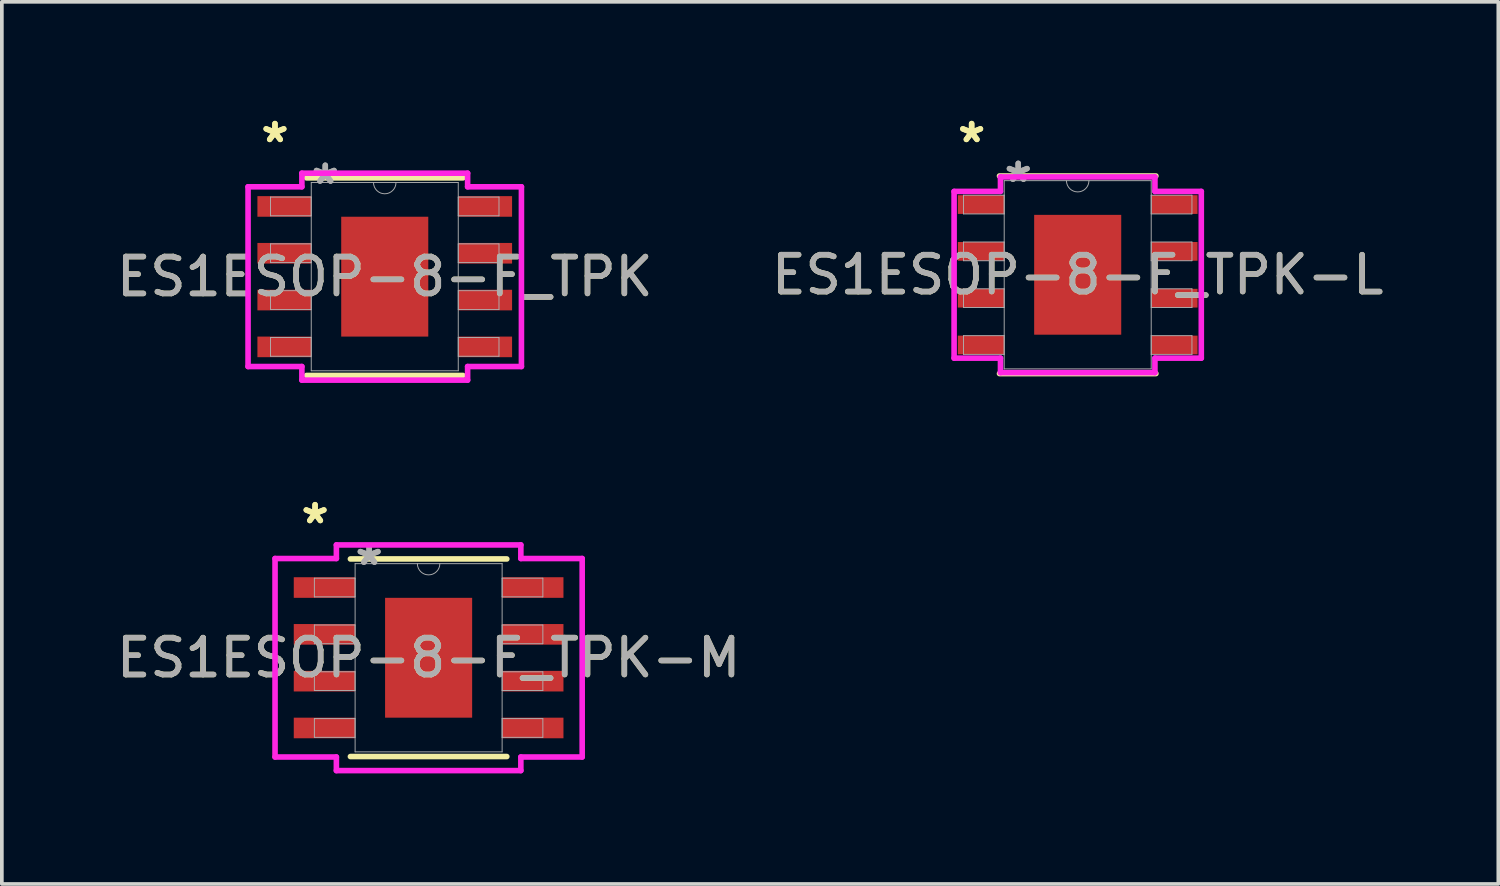
<source format=kicad_pcb>
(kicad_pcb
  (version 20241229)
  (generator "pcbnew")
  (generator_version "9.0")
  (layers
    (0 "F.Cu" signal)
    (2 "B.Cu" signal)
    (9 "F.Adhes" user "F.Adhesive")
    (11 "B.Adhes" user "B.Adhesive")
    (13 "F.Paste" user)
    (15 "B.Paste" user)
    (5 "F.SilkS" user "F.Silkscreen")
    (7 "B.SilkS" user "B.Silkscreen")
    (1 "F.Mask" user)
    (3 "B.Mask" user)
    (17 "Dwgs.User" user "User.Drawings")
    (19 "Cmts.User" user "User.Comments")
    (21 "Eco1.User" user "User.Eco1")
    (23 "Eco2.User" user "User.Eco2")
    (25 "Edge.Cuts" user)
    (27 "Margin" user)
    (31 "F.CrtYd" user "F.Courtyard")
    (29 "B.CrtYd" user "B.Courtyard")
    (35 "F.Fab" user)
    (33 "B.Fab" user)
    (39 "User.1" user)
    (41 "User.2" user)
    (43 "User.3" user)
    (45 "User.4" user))
  (footprint "ES1ESOP-8-F_TPK-L"
    (layer "F.Cu")
    (at 26.185 4.404)
    (property "Reference" "ES1ESOP-8-F_TPK-L" (at 0 0 0) (unlocked yes) (layer "F.SilkS") (effects (font (size 1 1) (thickness 0.15))))
    (attr smd)
    (fp_line (start -2.121 2.68) (end 2.121 2.68) (stroke (width 0.152) (type solid)) (layer "F.SilkS"))
    (fp_line (start 2.121 -2.68) (end -2.121 -2.68) (stroke (width 0.152) (type solid)) (layer "F.SilkS"))
    (fp_poly (pts (xy -1.081 -1.526) (xy -1.081 -0.1) (xy 1.081 -0.1) (xy 1.081 -1.526)) (stroke (width 0) (type solid)) (fill yes) (layer "F.Paste"))
    (fp_poly (pts (xy -1.081 0.1) (xy -1.081 1.526) (xy 1.081 1.526) (xy 1.081 0.1)) (stroke (width 0) (type solid)) (fill yes) (layer "F.Paste"))
    (fp_line (start -3.353 -2.261) (end -2.095 -2.261) (stroke (width 0.152) (type solid)) (layer "F.CrtYd"))
    (fp_line (start -3.353 2.261) (end -3.353 -2.261) (stroke (width 0.152) (type solid)) (layer "F.CrtYd"))
    (fp_line (start -3.353 2.261) (end -2.095 2.261) (stroke (width 0.152) (type solid)) (layer "F.CrtYd"))
    (fp_line (start -2.095 -2.654) (end 2.095 -2.654) (stroke (width 0.152) (type solid)) (layer "F.CrtYd"))
    (fp_line (start -2.095 -2.261) (end -2.095 -2.654) (stroke (width 0.152) (type solid)) (layer "F.CrtYd"))
    (fp_line (start -2.095 2.654) (end -2.095 2.261) (stroke (width 0.152) (type solid)) (layer "F.CrtYd"))
    (fp_line (start 2.095 -2.654) (end 2.095 -2.261) (stroke (width 0.152) (type solid)) (layer "F.CrtYd"))
    (fp_line (start 2.095 2.261) (end 2.095 2.654) (stroke (width 0.152) (type solid)) (layer "F.CrtYd"))
    (fp_line (start 2.095 2.654) (end -2.095 2.654) (stroke (width 0.152) (type solid)) (layer "F.CrtYd"))
    (fp_line (start 3.353 -2.261) (end 2.095 -2.261) (stroke (width 0.152) (type solid)) (layer "F.CrtYd"))
    (fp_line (start 3.353 -2.261) (end 3.353 2.261) (stroke (width 0.152) (type solid)) (layer "F.CrtYd"))
    (fp_line (start 3.353 2.261) (end 2.095 2.261) (stroke (width 0.152) (type solid)) (layer "F.CrtYd"))
    (fp_line (start -3.099 -2.159) (end -3.099 -1.651) (stroke (width 0.025) (type solid)) (layer "F.Fab"))
    (fp_line (start -3.099 -1.651) (end -1.994 -1.651) (stroke (width 0.025) (type solid)) (layer "F.Fab"))
    (fp_line (start -3.099 -0.889) (end -3.099 -0.381) (stroke (width 0.025) (type solid)) (layer "F.Fab"))
    (fp_line (start -3.099 -0.381) (end -1.994 -0.381) (stroke (width 0.025) (type solid)) (layer "F.Fab"))
    (fp_line (start -3.099 0.381) (end -3.099 0.889) (stroke (width 0.025) (type solid)) (layer "F.Fab"))
    (fp_line (start -3.099 0.889) (end -1.994 0.889) (stroke (width 0.025) (type solid)) (layer "F.Fab"))
    (fp_line (start -3.099 1.651) (end -3.099 2.159) (stroke (width 0.025) (type solid)) (layer "F.Fab"))
    (fp_line (start -3.099 2.159) (end -1.994 2.159) (stroke (width 0.025) (type solid)) (layer "F.Fab"))
    (fp_line (start -1.994 -2.553) (end -1.994 2.553) (stroke (width 0.025) (type solid)) (layer "F.Fab"))
    (fp_line (start -1.994 -2.159) (end -3.099 -2.159) (stroke (width 0.025) (type solid)) (layer "F.Fab"))
    (fp_line (start -1.994 -1.651) (end -1.994 -2.159) (stroke (width 0.025) (type solid)) (layer "F.Fab"))
    (fp_line (start -1.994 -0.889) (end -3.099 -0.889) (stroke (width 0.025) (type solid)) (layer "F.Fab"))
    (fp_line (start -1.994 -0.381) (end -1.994 -0.889) (stroke (width 0.025) (type solid)) (layer "F.Fab"))
    (fp_line (start -1.994 0.381) (end -3.099 0.381) (stroke (width 0.025) (type solid)) (layer "F.Fab"))
    (fp_line (start -1.994 0.889) (end -1.994 0.381) (stroke (width 0.025) (type solid)) (layer "F.Fab"))
    (fp_line (start -1.994 1.651) (end -3.099 1.651) (stroke (width 0.025) (type solid)) (layer "F.Fab"))
    (fp_line (start -1.994 2.159) (end -1.994 1.651) (stroke (width 0.025) (type solid)) (layer "F.Fab"))
    (fp_line (start -1.994 2.553) (end 1.994 2.553) (stroke (width 0.025) (type solid)) (layer "F.Fab"))
    (fp_line (start 1.994 -2.553) (end -1.994 -2.553) (stroke (width 0.025) (type solid)) (layer "F.Fab"))
    (fp_line (start 1.994 -2.159) (end 1.994 -1.651) (stroke (width 0.025) (type solid)) (layer "F.Fab"))
    (fp_line (start 1.994 -1.651) (end 3.099 -1.651) (stroke (width 0.025) (type solid)) (layer "F.Fab"))
    (fp_line (start 1.994 -0.889) (end 1.994 -0.381) (stroke (width 0.025) (type solid)) (layer "F.Fab"))
    (fp_line (start 1.994 -0.381) (end 3.099 -0.381) (stroke (width 0.025) (type solid)) (layer "F.Fab"))
    (fp_line (start 1.994 0.381) (end 1.994 0.889) (stroke (width 0.025) (type solid)) (layer "F.Fab"))
    (fp_line (start 1.994 0.889) (end 3.099 0.889) (stroke (width 0.025) (type solid)) (layer "F.Fab"))
    (fp_line (start 1.994 1.651) (end 1.994 2.159) (stroke (width 0.025) (type solid)) (layer "F.Fab"))
    (fp_line (start 1.994 2.159) (end 3.099 2.159) (stroke (width 0.025) (type solid)) (layer "F.Fab"))
    (fp_line (start 1.994 2.553) (end 1.994 -2.553) (stroke (width 0.025) (type solid)) (layer "F.Fab"))
    (fp_line (start 3.099 -2.159) (end 1.994 -2.159) (stroke (width 0.025) (type solid)) (layer "F.Fab"))
    (fp_line (start 3.099 -1.651) (end 3.099 -2.159) (stroke (width 0.025) (type solid)) (layer "F.Fab"))
    (fp_line (start 3.099 -0.889) (end 1.994 -0.889) (stroke (width 0.025) (type solid)) (layer "F.Fab"))
    (fp_line (start 3.099 -0.381) (end 3.099 -0.889) (stroke (width 0.025) (type solid)) (layer "F.Fab"))
    (fp_line (start 3.099 0.381) (end 1.994 0.381) (stroke (width 0.025) (type solid)) (layer "F.Fab"))
    (fp_line (start 3.099 0.889) (end 3.099 0.381) (stroke (width 0.025) (type solid)) (layer "F.Fab"))
    (fp_line (start 3.099 1.651) (end 1.994 1.651) (stroke (width 0.025) (type solid)) (layer "F.Fab"))
    (fp_line (start 3.099 2.159) (end 3.099 1.651) (stroke (width 0.025) (type solid)) (layer "F.Fab"))
    (fp_arc (start 0.3048 -2.5527) (mid 0 -2.2479) (end -0.3048 -2.5527) (stroke (width 0.0254) (type solid)) (layer "F.Fab"))
    (fp_text user "*" (at -2.877 -3.556 0) (layer "F.SilkS") (effects (font (size 1 1) (thickness 0.15))))
    (fp_text user "*" (at -2.877 -3.556 0) (unlocked yes) (layer "F.SilkS") (effects (font (size 1 1) (thickness 0.15))))
    (fp_text user "${REFERENCE}" (at 0 0 0) (unlocked yes) (layer "F.Fab") (effects (font (size 1 1) (thickness 0.15))))
    (fp_text user "*" (at -1.613 -2.477 0) (unlocked yes) (layer "F.Fab") (effects (font (size 1 1) (thickness 0.15))))
    (fp_text user "*" (at -1.613 -2.477 0) (layer "F.Fab") (effects (font (size 1 1) (thickness 0.15))))
    (pad "1" smd rect (at -2.623 -1.905) (size 1.257 0.508) (layers "F.Cu" "F.Mask" "F.Paste"))
    (pad "2" smd rect (at -2.623 -0.635) (size 1.257 0.508) (layers "F.Cu" "F.Mask" "F.Paste"))
    (pad "3" smd rect (at -2.623 0.635) (size 1.257 0.508) (layers "F.Cu" "F.Mask" "F.Paste"))
    (pad "4" smd rect (at -2.623 1.905) (size 1.257 0.508) (layers "F.Cu" "F.Mask" "F.Paste"))
    (pad "5" smd rect (at 2.623 1.905) (size 1.257 0.508) (layers "F.Cu" "F.Mask" "F.Paste"))
    (pad "6" smd rect (at 2.623 0.635) (size 1.257 0.508) (layers "F.Cu" "F.Mask" "F.Paste"))
    (pad "7" smd rect (at 2.623 -0.635) (size 1.257 0.508) (layers "F.Cu" "F.Mask" "F.Paste"))
    (pad "8" smd rect (at 2.623 -1.905) (size 1.257 0.508) (layers "F.Cu" "F.Mask" "F.Paste"))
    (pad "9" smd rect (at 0 0) (size 2.362 3.251) (layers "F.Cu" "F.Mask")))
  (footprint "ES1ESOP-8-F_TPK"
    (layer "F.Cu")
    (at 7.387 4.455)
    (property "Reference" "ES1ESOP-8-F_TPK" (at 0 0 0) (unlocked yes) (layer "F.SilkS") (effects (font (size 1 1) (thickness 0.15))))
    (attr smd)
    (fp_line (start -2.121 2.68) (end 2.121 2.68) (stroke (width 0.152) (type solid)) (layer "F.SilkS"))
    (fp_line (start 2.121 -2.68) (end -2.121 -2.68) (stroke (width 0.152) (type solid)) (layer "F.SilkS"))
    (fp_poly (pts (xy -1.081 -1.526) (xy -1.081 -0.1) (xy 1.081 -0.1) (xy 1.081 -1.526)) (stroke (width 0) (type solid)) (fill yes) (layer "F.Paste"))
    (fp_poly (pts (xy -1.081 0.1) (xy -1.081 1.526) (xy 1.081 1.526) (xy 1.081 0.1)) (stroke (width 0) (type solid)) (fill yes) (layer "F.Paste"))
    (fp_line (start -3.708 -2.438) (end -2.248 -2.438) (stroke (width 0.152) (type solid)) (layer "F.CrtYd"))
    (fp_line (start -3.708 2.438) (end -3.708 -2.438) (stroke (width 0.152) (type solid)) (layer "F.CrtYd"))
    (fp_line (start -3.708 2.438) (end -2.248 2.438) (stroke (width 0.152) (type solid)) (layer "F.CrtYd"))
    (fp_line (start -2.248 -2.807) (end 2.248 -2.807) (stroke (width 0.152) (type solid)) (layer "F.CrtYd"))
    (fp_line (start -2.248 -2.438) (end -2.248 -2.807) (stroke (width 0.152) (type solid)) (layer "F.CrtYd"))
    (fp_line (start -2.248 2.807) (end -2.248 2.438) (stroke (width 0.152) (type solid)) (layer "F.CrtYd"))
    (fp_line (start 2.248 -2.807) (end 2.248 -2.438) (stroke (width 0.152) (type solid)) (layer "F.CrtYd"))
    (fp_line (start 2.248 2.438) (end 2.248 2.807) (stroke (width 0.152) (type solid)) (layer "F.CrtYd"))
    (fp_line (start 2.248 2.807) (end -2.248 2.807) (stroke (width 0.152) (type solid)) (layer "F.CrtYd"))
    (fp_line (start 3.708 -2.438) (end 2.248 -2.438) (stroke (width 0.152) (type solid)) (layer "F.CrtYd"))
    (fp_line (start 3.708 -2.438) (end 3.708 2.438) (stroke (width 0.152) (type solid)) (layer "F.CrtYd"))
    (fp_line (start 3.708 2.438) (end 2.248 2.438) (stroke (width 0.152) (type solid)) (layer "F.CrtYd"))
    (fp_line (start -3.099 -2.159) (end -3.099 -1.651) (stroke (width 0.025) (type solid)) (layer "F.Fab"))
    (fp_line (start -3.099 -1.651) (end -1.994 -1.651) (stroke (width 0.025) (type solid)) (layer "F.Fab"))
    (fp_line (start -3.099 -0.889) (end -3.099 -0.381) (stroke (width 0.025) (type solid)) (layer "F.Fab"))
    (fp_line (start -3.099 -0.381) (end -1.994 -0.381) (stroke (width 0.025) (type solid)) (layer "F.Fab"))
    (fp_line (start -3.099 0.381) (end -3.099 0.889) (stroke (width 0.025) (type solid)) (layer "F.Fab"))
    (fp_line (start -3.099 0.889) (end -1.994 0.889) (stroke (width 0.025) (type solid)) (layer "F.Fab"))
    (fp_line (start -3.099 1.651) (end -3.099 2.159) (stroke (width 0.025) (type solid)) (layer "F.Fab"))
    (fp_line (start -3.099 2.159) (end -1.994 2.159) (stroke (width 0.025) (type solid)) (layer "F.Fab"))
    (fp_line (start -1.994 -2.553) (end -1.994 2.553) (stroke (width 0.025) (type solid)) (layer "F.Fab"))
    (fp_line (start -1.994 -2.159) (end -3.099 -2.159) (stroke (width 0.025) (type solid)) (layer "F.Fab"))
    (fp_line (start -1.994 -1.651) (end -1.994 -2.159) (stroke (width 0.025) (type solid)) (layer "F.Fab"))
    (fp_line (start -1.994 -0.889) (end -3.099 -0.889) (stroke (width 0.025) (type solid)) (layer "F.Fab"))
    (fp_line (start -1.994 -0.381) (end -1.994 -0.889) (stroke (width 0.025) (type solid)) (layer "F.Fab"))
    (fp_line (start -1.994 0.381) (end -3.099 0.381) (stroke (width 0.025) (type solid)) (layer "F.Fab"))
    (fp_line (start -1.994 0.889) (end -1.994 0.381) (stroke (width 0.025) (type solid)) (layer "F.Fab"))
    (fp_line (start -1.994 1.651) (end -3.099 1.651) (stroke (width 0.025) (type solid)) (layer "F.Fab"))
    (fp_line (start -1.994 2.159) (end -1.994 1.651) (stroke (width 0.025) (type solid)) (layer "F.Fab"))
    (fp_line (start -1.994 2.553) (end 1.994 2.553) (stroke (width 0.025) (type solid)) (layer "F.Fab"))
    (fp_line (start 1.994 -2.553) (end -1.994 -2.553) (stroke (width 0.025) (type solid)) (layer "F.Fab"))
    (fp_line (start 1.994 -2.159) (end 1.994 -1.651) (stroke (width 0.025) (type solid)) (layer "F.Fab"))
    (fp_line (start 1.994 -1.651) (end 3.099 -1.651) (stroke (width 0.025) (type solid)) (layer "F.Fab"))
    (fp_line (start 1.994 -0.889) (end 1.994 -0.381) (stroke (width 0.025) (type solid)) (layer "F.Fab"))
    (fp_line (start 1.994 -0.381) (end 3.099 -0.381) (stroke (width 0.025) (type solid)) (layer "F.Fab"))
    (fp_line (start 1.994 0.381) (end 1.994 0.889) (stroke (width 0.025) (type solid)) (layer "F.Fab"))
    (fp_line (start 1.994 0.889) (end 3.099 0.889) (stroke (width 0.025) (type solid)) (layer "F.Fab"))
    (fp_line (start 1.994 1.651) (end 1.994 2.159) (stroke (width 0.025) (type solid)) (layer "F.Fab"))
    (fp_line (start 1.994 2.159) (end 3.099 2.159) (stroke (width 0.025) (type solid)) (layer "F.Fab"))
    (fp_line (start 1.994 2.553) (end 1.994 -2.553) (stroke (width 0.025) (type solid)) (layer "F.Fab"))
    (fp_line (start 3.099 -2.159) (end 1.994 -2.159) (stroke (width 0.025) (type solid)) (layer "F.Fab"))
    (fp_line (start 3.099 -1.651) (end 3.099 -2.159) (stroke (width 0.025) (type solid)) (layer "F.Fab"))
    (fp_line (start 3.099 -0.889) (end 1.994 -0.889) (stroke (width 0.025) (type solid)) (layer "F.Fab"))
    (fp_line (start 3.099 -0.381) (end 3.099 -0.889) (stroke (width 0.025) (type solid)) (layer "F.Fab"))
    (fp_line (start 3.099 0.381) (end 1.994 0.381) (stroke (width 0.025) (type solid)) (layer "F.Fab"))
    (fp_line (start 3.099 0.889) (end 3.099 0.381) (stroke (width 0.025) (type solid)) (layer "F.Fab"))
    (fp_line (start 3.099 1.651) (end 1.994 1.651) (stroke (width 0.025) (type solid)) (layer "F.Fab"))
    (fp_line (start 3.099 2.159) (end 3.099 1.651) (stroke (width 0.025) (type solid)) (layer "F.Fab"))
    (fp_arc (start 0.3048 -2.5527) (mid 0 -2.2479) (end -0.3048 -2.5527) (stroke (width 0.0254) (type solid)) (layer "F.Fab"))
    (fp_text user "*" (at -2.978 -3.607 0) (unlocked yes) (layer "F.SilkS") (effects (font (size 1 1) (thickness 0.15))))
    (fp_text user "*" (at -2.978 -3.607 0) (layer "F.SilkS") (effects (font (size 1 1) (thickness 0.15))))
    (fp_text user "${REFERENCE}" (at 0 0 0) (unlocked yes) (layer "F.Fab") (effects (font (size 1 1) (thickness 0.15))))
    (fp_text user "*" (at -1.613 -2.477 0) (layer "F.Fab") (effects (font (size 1 1) (thickness 0.15))))
    (fp_text user "*" (at -1.613 -2.477 0) (unlocked yes) (layer "F.Fab") (effects (font (size 1 1) (thickness 0.15))))
    (pad "1" smd rect (at -2.724 -1.905) (size 1.46 0.559) (layers "F.Cu" "F.Mask" "F.Paste"))
    (pad "2" smd rect (at -2.724 -0.635) (size 1.46 0.559) (layers "F.Cu" "F.Mask" "F.Paste"))
    (pad "3" smd rect (at -2.724 0.635) (size 1.46 0.559) (layers "F.Cu" "F.Mask" "F.Paste"))
    (pad "4" smd rect (at -2.724 1.905) (size 1.46 0.559) (layers "F.Cu" "F.Mask" "F.Paste"))
    (pad "5" smd rect (at 2.724 1.905) (size 1.46 0.559) (layers "F.Cu" "F.Mask" "F.Paste"))
    (pad "6" smd rect (at 2.724 0.635) (size 1.46 0.559) (layers "F.Cu" "F.Mask" "F.Paste"))
    (pad "7" smd rect (at 2.724 -0.635) (size 1.46 0.559) (layers "F.Cu" "F.Mask" "F.Paste"))
    (pad "8" smd rect (at 2.724 -1.905) (size 1.46 0.559) (layers "F.Cu" "F.Mask" "F.Paste"))
    (pad "9" smd rect (at 0 0) (size 2.362 3.251) (layers "F.Cu" "F.Mask")))
  (footprint "ES1ESOP-8-F_TPK-M"
    (layer "F.Cu")
    (at 8.577 14.793)
    (property "Reference" "ES1ESOP-8-F_TPK-M" (at 0 0 0) (unlocked yes) (layer "F.SilkS") (effects (font (size 1 1) (thickness 0.15))))
    (attr smd)
    (fp_line (start -2.121 2.68) (end 2.121 2.68) (stroke (width 0.152) (type solid)) (layer "F.SilkS"))
    (fp_line (start 2.121 -2.68) (end -2.121 -2.68) (stroke (width 0.152) (type solid)) (layer "F.SilkS"))
    (fp_poly (pts (xy -1.081 -1.526) (xy -1.081 -0.1) (xy 1.081 -0.1) (xy 1.081 -1.526)) (stroke (width 0) (type solid)) (fill yes) (layer "F.Paste"))
    (fp_poly (pts (xy -1.081 0.1) (xy -1.081 1.526) (xy 1.081 1.526) (xy 1.081 0.1)) (stroke (width 0) (type solid)) (fill yes) (layer "F.Paste"))
    (fp_line (start -4.166 -2.692) (end -2.502 -2.692) (stroke (width 0.152) (type solid)) (layer "F.CrtYd"))
    (fp_line (start -4.166 2.692) (end -4.166 -2.692) (stroke (width 0.152) (type solid)) (layer "F.CrtYd"))
    (fp_line (start -4.166 2.692) (end -2.502 2.692) (stroke (width 0.152) (type solid)) (layer "F.CrtYd"))
    (fp_line (start -2.502 -3.061) (end 2.502 -3.061) (stroke (width 0.152) (type solid)) (layer "F.CrtYd"))
    (fp_line (start -2.502 -2.692) (end -2.502 -3.061) (stroke (width 0.152) (type solid)) (layer "F.CrtYd"))
    (fp_line (start -2.502 3.061) (end -2.502 2.692) (stroke (width 0.152) (type solid)) (layer "F.CrtYd"))
    (fp_line (start 2.502 -3.061) (end 2.502 -2.692) (stroke (width 0.152) (type solid)) (layer "F.CrtYd"))
    (fp_line (start 2.502 2.692) (end 2.502 3.061) (stroke (width 0.152) (type solid)) (layer "F.CrtYd"))
    (fp_line (start 2.502 3.061) (end -2.502 3.061) (stroke (width 0.152) (type solid)) (layer "F.CrtYd"))
    (fp_line (start 4.166 -2.692) (end 2.502 -2.692) (stroke (width 0.152) (type solid)) (layer "F.CrtYd"))
    (fp_line (start 4.166 -2.692) (end 4.166 2.692) (stroke (width 0.152) (type solid)) (layer "F.CrtYd"))
    (fp_line (start 4.166 2.692) (end 2.502 2.692) (stroke (width 0.152) (type solid)) (layer "F.CrtYd"))
    (fp_line (start -3.099 -2.159) (end -3.099 -1.651) (stroke (width 0.025) (type solid)) (layer "F.Fab"))
    (fp_line (start -3.099 -1.651) (end -1.994 -1.651) (stroke (width 0.025) (type solid)) (layer "F.Fab"))
    (fp_line (start -3.099 -0.889) (end -3.099 -0.381) (stroke (width 0.025) (type solid)) (layer "F.Fab"))
    (fp_line (start -3.099 -0.381) (end -1.994 -0.381) (stroke (width 0.025) (type solid)) (layer "F.Fab"))
    (fp_line (start -3.099 0.381) (end -3.099 0.889) (stroke (width 0.025) (type solid)) (layer "F.Fab"))
    (fp_line (start -3.099 0.889) (end -1.994 0.889) (stroke (width 0.025) (type solid)) (layer "F.Fab"))
    (fp_line (start -3.099 1.651) (end -3.099 2.159) (stroke (width 0.025) (type solid)) (layer "F.Fab"))
    (fp_line (start -3.099 2.159) (end -1.994 2.159) (stroke (width 0.025) (type solid)) (layer "F.Fab"))
    (fp_line (start -1.994 -2.553) (end -1.994 2.553) (stroke (width 0.025) (type solid)) (layer "F.Fab"))
    (fp_line (start -1.994 -2.159) (end -3.099 -2.159) (stroke (width 0.025) (type solid)) (layer "F.Fab"))
    (fp_line (start -1.994 -1.651) (end -1.994 -2.159) (stroke (width 0.025) (type solid)) (layer "F.Fab"))
    (fp_line (start -1.994 -0.889) (end -3.099 -0.889) (stroke (width 0.025) (type solid)) (layer "F.Fab"))
    (fp_line (start -1.994 -0.381) (end -1.994 -0.889) (stroke (width 0.025) (type solid)) (layer "F.Fab"))
    (fp_line (start -1.994 0.381) (end -3.099 0.381) (stroke (width 0.025) (type solid)) (layer "F.Fab"))
    (fp_line (start -1.994 0.889) (end -1.994 0.381) (stroke (width 0.025) (type solid)) (layer "F.Fab"))
    (fp_line (start -1.994 1.651) (end -3.099 1.651) (stroke (width 0.025) (type solid)) (layer "F.Fab"))
    (fp_line (start -1.994 2.159) (end -1.994 1.651) (stroke (width 0.025) (type solid)) (layer "F.Fab"))
    (fp_line (start -1.994 2.553) (end 1.994 2.553) (stroke (width 0.025) (type solid)) (layer "F.Fab"))
    (fp_line (start 1.994 -2.553) (end -1.994 -2.553) (stroke (width 0.025) (type solid)) (layer "F.Fab"))
    (fp_line (start 1.994 -2.159) (end 1.994 -1.651) (stroke (width 0.025) (type solid)) (layer "F.Fab"))
    (fp_line (start 1.994 -1.651) (end 3.099 -1.651) (stroke (width 0.025) (type solid)) (layer "F.Fab"))
    (fp_line (start 1.994 -0.889) (end 1.994 -0.381) (stroke (width 0.025) (type solid)) (layer "F.Fab"))
    (fp_line (start 1.994 -0.381) (end 3.099 -0.381) (stroke (width 0.025) (type solid)) (layer "F.Fab"))
    (fp_line (start 1.994 0.381) (end 1.994 0.889) (stroke (width 0.025) (type solid)) (layer "F.Fab"))
    (fp_line (start 1.994 0.889) (end 3.099 0.889) (stroke (width 0.025) (type solid)) (layer "F.Fab"))
    (fp_line (start 1.994 1.651) (end 1.994 2.159) (stroke (width 0.025) (type solid)) (layer "F.Fab"))
    (fp_line (start 1.994 2.159) (end 3.099 2.159) (stroke (width 0.025) (type solid)) (layer "F.Fab"))
    (fp_line (start 1.994 2.553) (end 1.994 -2.553) (stroke (width 0.025) (type solid)) (layer "F.Fab"))
    (fp_line (start 3.099 -2.159) (end 1.994 -2.159) (stroke (width 0.025) (type solid)) (layer "F.Fab"))
    (fp_line (start 3.099 -1.651) (end 3.099 -2.159) (stroke (width 0.025) (type solid)) (layer "F.Fab"))
    (fp_line (start 3.099 -0.889) (end 1.994 -0.889) (stroke (width 0.025) (type solid)) (layer "F.Fab"))
    (fp_line (start 3.099 -0.381) (end 3.099 -0.889) (stroke (width 0.025) (type solid)) (layer "F.Fab"))
    (fp_line (start 3.099 0.381) (end 1.994 0.381) (stroke (width 0.025) (type solid)) (layer "F.Fab"))
    (fp_line (start 3.099 0.889) (end 3.099 0.381) (stroke (width 0.025) (type solid)) (layer "F.Fab"))
    (fp_line (start 3.099 1.651) (end 1.994 1.651) (stroke (width 0.025) (type solid)) (layer "F.Fab"))
    (fp_line (start 3.099 2.159) (end 3.099 1.651) (stroke (width 0.025) (type solid)) (layer "F.Fab"))
    (fp_arc (start 0.3048 -2.5527) (mid 0 -2.2479) (end -0.3048 -2.5527) (stroke (width 0.0254) (type solid)) (layer "F.Fab"))
    (fp_text user "*" (at -3.08 -3.607 0) (unlocked yes) (layer "F.SilkS") (effects (font (size 1 1) (thickness 0.15))))
    (fp_text user "*" (at -3.08 -3.607 0) (layer "F.SilkS") (effects (font (size 1 1) (thickness 0.15))))
    (fp_text user "${REFERENCE}" (at 0 0 0) (unlocked yes) (layer "F.Fab") (effects (font (size 1 1) (thickness 0.15))))
    (fp_text user "*" (at -1.613 -2.477 0) (unlocked yes) (layer "F.Fab") (effects (font (size 1 1) (thickness 0.15))))
    (fp_text user "*" (at -1.613 -2.477 0) (layer "F.Fab") (effects (font (size 1 1) (thickness 0.15))))
    (pad "1" smd rect (at -2.826 -1.905) (size 1.664 0.559) (layers "F.Cu" "F.Mask" "F.Paste"))
    (pad "2" smd rect (at -2.826 -0.635) (size 1.664 0.559) (layers "F.Cu" "F.Mask" "F.Paste"))
    (pad "3" smd rect (at -2.826 0.635) (size 1.664 0.559) (layers "F.Cu" "F.Mask" "F.Paste"))
    (pad "4" smd rect (at -2.826 1.905) (size 1.664 0.559) (layers "F.Cu" "F.Mask" "F.Paste"))
    (pad "5" smd rect (at 2.826 1.905) (size 1.664 0.559) (layers "F.Cu" "F.Mask" "F.Paste"))
    (pad "6" smd rect (at 2.826 0.635) (size 1.664 0.559) (layers "F.Cu" "F.Mask" "F.Paste"))
    (pad "7" smd rect (at 2.826 -0.635) (size 1.664 0.559) (layers "F.Cu" "F.Mask" "F.Paste"))
    (pad "8" smd rect (at 2.826 -1.905) (size 1.664 0.559) (layers "F.Cu" "F.Mask" "F.Paste"))
    (pad "9" smd rect (at 0 0) (size 2.362 3.251) (layers "F.Cu" "F.Mask")))
  (gr_rect
    (start -3 -3)
    (end 37.595 20.93)
    (stroke (width 0.1) (type default))
    (fill no)
    (layer "Edge.Cuts")))
</source>
